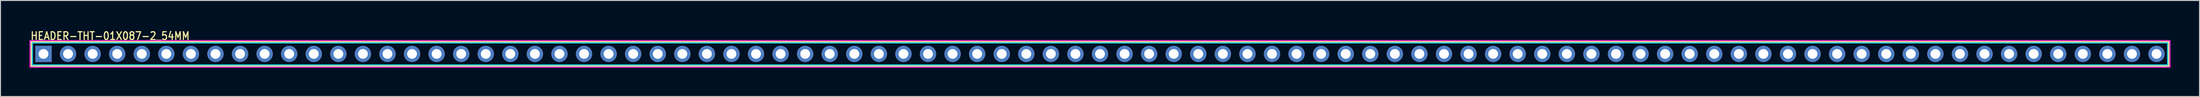
<source format=kicad_pcb>
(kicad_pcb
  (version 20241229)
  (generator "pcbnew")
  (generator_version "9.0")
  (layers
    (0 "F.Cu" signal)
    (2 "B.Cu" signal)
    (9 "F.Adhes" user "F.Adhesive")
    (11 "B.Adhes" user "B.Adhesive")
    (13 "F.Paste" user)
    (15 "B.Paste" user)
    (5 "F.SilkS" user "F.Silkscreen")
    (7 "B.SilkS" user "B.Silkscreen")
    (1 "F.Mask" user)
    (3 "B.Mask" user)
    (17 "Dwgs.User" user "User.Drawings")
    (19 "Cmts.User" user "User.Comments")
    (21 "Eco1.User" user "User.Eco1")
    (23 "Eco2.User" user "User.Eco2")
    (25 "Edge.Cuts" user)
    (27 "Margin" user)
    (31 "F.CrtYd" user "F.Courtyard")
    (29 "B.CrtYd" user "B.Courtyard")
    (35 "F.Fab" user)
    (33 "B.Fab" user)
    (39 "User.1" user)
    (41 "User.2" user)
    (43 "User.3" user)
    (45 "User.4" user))
  (footprint "HEADER-THT-01X087-2_54MM"
    (layer "F.Cu")
    (at 1.447 2.579)
    (property "Reference" "HEADER-THT-01X087-2_54MM" (at -1.4 -1.4 0) (unlocked yes) (layer "F.SilkS") (effects (font (size 0.813 0.695) (thickness 0.122)) (justify left bottom)))
    (fp_line (start -1.27 -1.27) (end -1.27 1.27) (stroke (width 0.127) (type solid)) (layer "F.SilkS"))
    (fp_line (start -1.27 1.27) (end 219.71 1.27) (stroke (width 0.127) (type solid)) (layer "F.SilkS"))
    (fp_line (start 219.71 -1.27) (end -1.27 -1.27) (stroke (width 0.127) (type solid)) (layer "F.SilkS"))
    (fp_line (start 219.71 1.27) (end 219.71 -1.27) (stroke (width 0.127) (type solid)) (layer "F.SilkS"))
    (fp_poly (pts (xy -1.143 -1.143) (xy 219.583 -1.143) (xy 219.583 1.143) (xy -1.143 1.143)) (stroke (width 0.1) (type solid)) (fill no) (layer "B.CrtYd"))
    (fp_poly (pts (xy -1.397 -1.397) (xy 219.837 -1.397) (xy 219.837 1.397) (xy -1.397 1.397)) (stroke (width 0.1) (type solid)) (fill no) (layer "F.CrtYd"))
    (pad "P$1" thru_hole rect (at 0 0) (size 1.693 1.693) (drill 1.016) (layers "*.Cu" "*.Mask"))
    (pad "P$2" thru_hole oval (at 2.54 0) (size 1.693 1.693) (drill 1.016) (layers "*.Cu" "*.Mask"))
    (pad "P$3" thru_hole oval (at 5.08 0) (size 1.693 1.693) (drill 1.016) (layers "*.Cu" "*.Mask"))
    (pad "P$4" thru_hole oval (at 7.62 0) (size 1.693 1.693) (drill 1.016) (layers "*.Cu" "*.Mask"))
    (pad "P$5" thru_hole oval (at 10.16 0) (size 1.693 1.693) (drill 1.016) (layers "*.Cu" "*.Mask"))
    (pad "P$6" thru_hole oval (at 12.7 0) (size 1.693 1.693) (drill 1.016) (layers "*.Cu" "*.Mask"))
    (pad "P$7" thru_hole oval (at 15.24 0) (size 1.693 1.693) (drill 1.016) (layers "*.Cu" "*.Mask"))
    (pad "P$8" thru_hole oval (at 17.78 0) (size 1.693 1.693) (drill 1.016) (layers "*.Cu" "*.Mask"))
    (pad "P$9" thru_hole oval (at 20.32 0) (size 1.693 1.693) (drill 1.016) (layers "*.Cu" "*.Mask"))
    (pad "P$10" thru_hole oval (at 22.86 0) (size 1.693 1.693) (drill 1.016) (layers "*.Cu" "*.Mask"))
    (pad "P$11" thru_hole oval (at 25.4 0) (size 1.693 1.693) (drill 1.016) (layers "*.Cu" "*.Mask"))
    (pad "P$12" thru_hole oval (at 27.94 0) (size 1.693 1.693) (drill 1.016) (layers "*.Cu" "*.Mask"))
    (pad "P$13" thru_hole oval (at 30.48 0) (size 1.693 1.693) (drill 1.016) (layers "*.Cu" "*.Mask"))
    (pad "P$14" thru_hole oval (at 33.02 0) (size 1.693 1.693) (drill 1.016) (layers "*.Cu" "*.Mask"))
    (pad "P$15" thru_hole oval (at 35.56 0) (size 1.693 1.693) (drill 1.016) (layers "*.Cu" "*.Mask"))
    (pad "P$16" thru_hole oval (at 38.1 0) (size 1.693 1.693) (drill 1.016) (layers "*.Cu" "*.Mask"))
    (pad "P$17" thru_hole oval (at 40.64 0) (size 1.693 1.693) (drill 1.016) (layers "*.Cu" "*.Mask"))
    (pad "P$18" thru_hole oval (at 43.18 0) (size 1.693 1.693) (drill 1.016) (layers "*.Cu" "*.Mask"))
    (pad "P$19" thru_hole oval (at 45.72 0) (size 1.693 1.693) (drill 1.016) (layers "*.Cu" "*.Mask"))
    (pad "P$20" thru_hole oval (at 48.26 0) (size 1.693 1.693) (drill 1.016) (layers "*.Cu" "*.Mask"))
    (pad "P$21" thru_hole oval (at 50.8 0) (size 1.693 1.693) (drill 1.016) (layers "*.Cu" "*.Mask"))
    (pad "P$22" thru_hole oval (at 53.34 0) (size 1.693 1.693) (drill 1.016) (layers "*.Cu" "*.Mask"))
    (pad "P$23" thru_hole oval (at 55.88 0) (size 1.693 1.693) (drill 1.016) (layers "*.Cu" "*.Mask"))
    (pad "P$24" thru_hole oval (at 58.42 0) (size 1.693 1.693) (drill 1.016) (layers "*.Cu" "*.Mask"))
    (pad "P$25" thru_hole oval (at 60.96 0) (size 1.693 1.693) (drill 1.016) (layers "*.Cu" "*.Mask"))
    (pad "P$26" thru_hole oval (at 63.5 0) (size 1.693 1.693) (drill 1.016) (layers "*.Cu" "*.Mask"))
    (pad "P$27" thru_hole oval (at 66.04 0) (size 1.693 1.693) (drill 1.016) (layers "*.Cu" "*.Mask"))
    (pad "P$28" thru_hole oval (at 68.58 0) (size 1.693 1.693) (drill 1.016) (layers "*.Cu" "*.Mask"))
    (pad "P$29" thru_hole oval (at 71.12 0) (size 1.693 1.693) (drill 1.016) (layers "*.Cu" "*.Mask"))
    (pad "P$30" thru_hole oval (at 73.66 0) (size 1.693 1.693) (drill 1.016) (layers "*.Cu" "*.Mask"))
    (pad "P$31" thru_hole oval (at 76.2 0) (size 1.693 1.693) (drill 1.016) (layers "*.Cu" "*.Mask"))
    (pad "P$32" thru_hole oval (at 78.74 0) (size 1.693 1.693) (drill 1.016) (layers "*.Cu" "*.Mask"))
    (pad "P$33" thru_hole oval (at 81.28 0) (size 1.693 1.693) (drill 1.016) (layers "*.Cu" "*.Mask"))
    (pad "P$34" thru_hole oval (at 83.82 0) (size 1.693 1.693) (drill 1.016) (layers "*.Cu" "*.Mask"))
    (pad "P$35" thru_hole oval (at 86.36 0) (size 1.693 1.693) (drill 1.016) (layers "*.Cu" "*.Mask"))
    (pad "P$36" thru_hole oval (at 88.9 0) (size 1.693 1.693) (drill 1.016) (layers "*.Cu" "*.Mask"))
    (pad "P$37" thru_hole oval (at 91.44 0) (size 1.693 1.693) (drill 1.016) (layers "*.Cu" "*.Mask"))
    (pad "P$38" thru_hole oval (at 93.98 0) (size 1.693 1.693) (drill 1.016) (layers "*.Cu" "*.Mask"))
    (pad "P$39" thru_hole oval (at 96.52 0) (size 1.693 1.693) (drill 1.016) (layers "*.Cu" "*.Mask"))
    (pad "P$40" thru_hole oval (at 99.06 0) (size 1.693 1.693) (drill 1.016) (layers "*.Cu" "*.Mask"))
    (pad "P$41" thru_hole oval (at 101.6 0) (size 1.693 1.693) (drill 1.016) (layers "*.Cu" "*.Mask"))
    (pad "P$42" thru_hole oval (at 104.14 0) (size 1.693 1.693) (drill 1.016) (layers "*.Cu" "*.Mask"))
    (pad "P$43" thru_hole oval (at 106.68 0) (size 1.693 1.693) (drill 1.016) (layers "*.Cu" "*.Mask"))
    (pad "P$44" thru_hole oval (at 109.22 0) (size 1.693 1.693) (drill 1.016) (layers "*.Cu" "*.Mask"))
    (pad "P$45" thru_hole oval (at 111.76 0) (size 1.693 1.693) (drill 1.016) (layers "*.Cu" "*.Mask"))
    (pad "P$46" thru_hole oval (at 114.3 0) (size 1.693 1.693) (drill 1.016) (layers "*.Cu" "*.Mask"))
    (pad "P$47" thru_hole oval (at 116.84 0) (size 1.693 1.693) (drill 1.016) (layers "*.Cu" "*.Mask"))
    (pad "P$48" thru_hole oval (at 119.38 0) (size 1.693 1.693) (drill 1.016) (layers "*.Cu" "*.Mask"))
    (pad "P$49" thru_hole oval (at 121.92 0) (size 1.693 1.693) (drill 1.016) (layers "*.Cu" "*.Mask"))
    (pad "P$50" thru_hole oval (at 124.46 0) (size 1.693 1.693) (drill 1.016) (layers "*.Cu" "*.Mask"))
    (pad "P$51" thru_hole oval (at 127 0) (size 1.693 1.693) (drill 1.016) (layers "*.Cu" "*.Mask"))
    (pad "P$52" thru_hole oval (at 129.54 0) (size 1.693 1.693) (drill 1.016) (layers "*.Cu" "*.Mask"))
    (pad "P$53" thru_hole oval (at 132.08 0) (size 1.693 1.693) (drill 1.016) (layers "*.Cu" "*.Mask"))
    (pad "P$54" thru_hole oval (at 134.62 0) (size 1.693 1.693) (drill 1.016) (layers "*.Cu" "*.Mask"))
    (pad "P$55" thru_hole oval (at 137.16 0) (size 1.693 1.693) (drill 1.016) (layers "*.Cu" "*.Mask"))
    (pad "P$56" thru_hole oval (at 139.7 0) (size 1.693 1.693) (drill 1.016) (layers "*.Cu" "*.Mask"))
    (pad "P$57" thru_hole oval (at 142.24 0) (size 1.693 1.693) (drill 1.016) (layers "*.Cu" "*.Mask"))
    (pad "P$58" thru_hole oval (at 144.78 0) (size 1.693 1.693) (drill 1.016) (layers "*.Cu" "*.Mask"))
    (pad "P$59" thru_hole oval (at 147.32 0) (size 1.693 1.693) (drill 1.016) (layers "*.Cu" "*.Mask"))
    (pad "P$60" thru_hole oval (at 149.86 0) (size 1.693 1.693) (drill 1.016) (layers "*.Cu" "*.Mask"))
    (pad "P$61" thru_hole oval (at 152.4 0) (size 1.693 1.693) (drill 1.016) (layers "*.Cu" "*.Mask"))
    (pad "P$62" thru_hole oval (at 154.94 0) (size 1.693 1.693) (drill 1.016) (layers "*.Cu" "*.Mask"))
    (pad "P$63" thru_hole oval (at 157.48 0) (size 1.693 1.693) (drill 1.016) (layers "*.Cu" "*.Mask"))
    (pad "P$64" thru_hole oval (at 160.02 0) (size 1.693 1.693) (drill 1.016) (layers "*.Cu" "*.Mask"))
    (pad "P$65" thru_hole oval (at 162.56 0) (size 1.693 1.693) (drill 1.016) (layers "*.Cu" "*.Mask"))
    (pad "P$66" thru_hole oval (at 165.1 0) (size 1.693 1.693) (drill 1.016) (layers "*.Cu" "*.Mask"))
    (pad "P$67" thru_hole oval (at 167.64 0) (size 1.693 1.693) (drill 1.016) (layers "*.Cu" "*.Mask"))
    (pad "P$68" thru_hole oval (at 170.18 0) (size 1.693 1.693) (drill 1.016) (layers "*.Cu" "*.Mask"))
    (pad "P$69" thru_hole oval (at 172.72 0) (size 1.693 1.693) (drill 1.016) (layers "*.Cu" "*.Mask"))
    (pad "P$70" thru_hole oval (at 175.26 0) (size 1.693 1.693) (drill 1.016) (layers "*.Cu" "*.Mask"))
    (pad "P$71" thru_hole oval (at 177.8 0) (size 1.693 1.693) (drill 1.016) (layers "*.Cu" "*.Mask"))
    (pad "P$72" thru_hole oval (at 180.34 0) (size 1.693 1.693) (drill 1.016) (layers "*.Cu" "*.Mask"))
    (pad "P$73" thru_hole oval (at 182.88 0) (size 1.693 1.693) (drill 1.016) (layers "*.Cu" "*.Mask"))
    (pad "P$74" thru_hole oval (at 185.42 0) (size 1.693 1.693) (drill 1.016) (layers "*.Cu" "*.Mask"))
    (pad "P$75" thru_hole oval (at 187.96 0) (size 1.693 1.693) (drill 1.016) (layers "*.Cu" "*.Mask"))
    (pad "P$76" thru_hole oval (at 190.5 0) (size 1.693 1.693) (drill 1.016) (layers "*.Cu" "*.Mask"))
    (pad "P$77" thru_hole oval (at 193.04 0) (size 1.693 1.693) (drill 1.016) (layers "*.Cu" "*.Mask"))
    (pad "P$78" thru_hole oval (at 195.58 0) (size 1.693 1.693) (drill 1.016) (layers "*.Cu" "*.Mask"))
    (pad "P$79" thru_hole oval (at 198.12 0) (size 1.693 1.693) (drill 1.016) (layers "*.Cu" "*.Mask"))
    (pad "P$80" thru_hole oval (at 200.66 0) (size 1.693 1.693) (drill 1.016) (layers "*.Cu" "*.Mask"))
    (pad "P$81" thru_hole oval (at 203.2 0) (size 1.693 1.693) (drill 1.016) (layers "*.Cu" "*.Mask"))
    (pad "P$82" thru_hole oval (at 205.74 0) (size 1.693 1.693) (drill 1.016) (layers "*.Cu" "*.Mask"))
    (pad "P$83" thru_hole oval (at 208.28 0) (size 1.693 1.693) (drill 1.016) (layers "*.Cu" "*.Mask"))
    (pad "P$84" thru_hole oval (at 210.82 0) (size 1.693 1.693) (drill 1.016) (layers "*.Cu" "*.Mask"))
    (pad "P$85" thru_hole oval (at 213.36 0) (size 1.693 1.693) (drill 1.016) (layers "*.Cu" "*.Mask"))
    (pad "P$86" thru_hole oval (at 215.9 0) (size 1.693 1.693) (drill 1.016) (layers "*.Cu" "*.Mask"))
    (pad "P$87" thru_hole oval (at 218.44 0) (size 1.693 1.693) (drill 1.016) (layers "*.Cu" "*.Mask")))
  (gr_rect
    (start -3 -3)
    (end 224.334 7.026)
    (stroke (width 0.1) (type default))
    (fill no)
    (layer "Edge.Cuts")))
</source>
